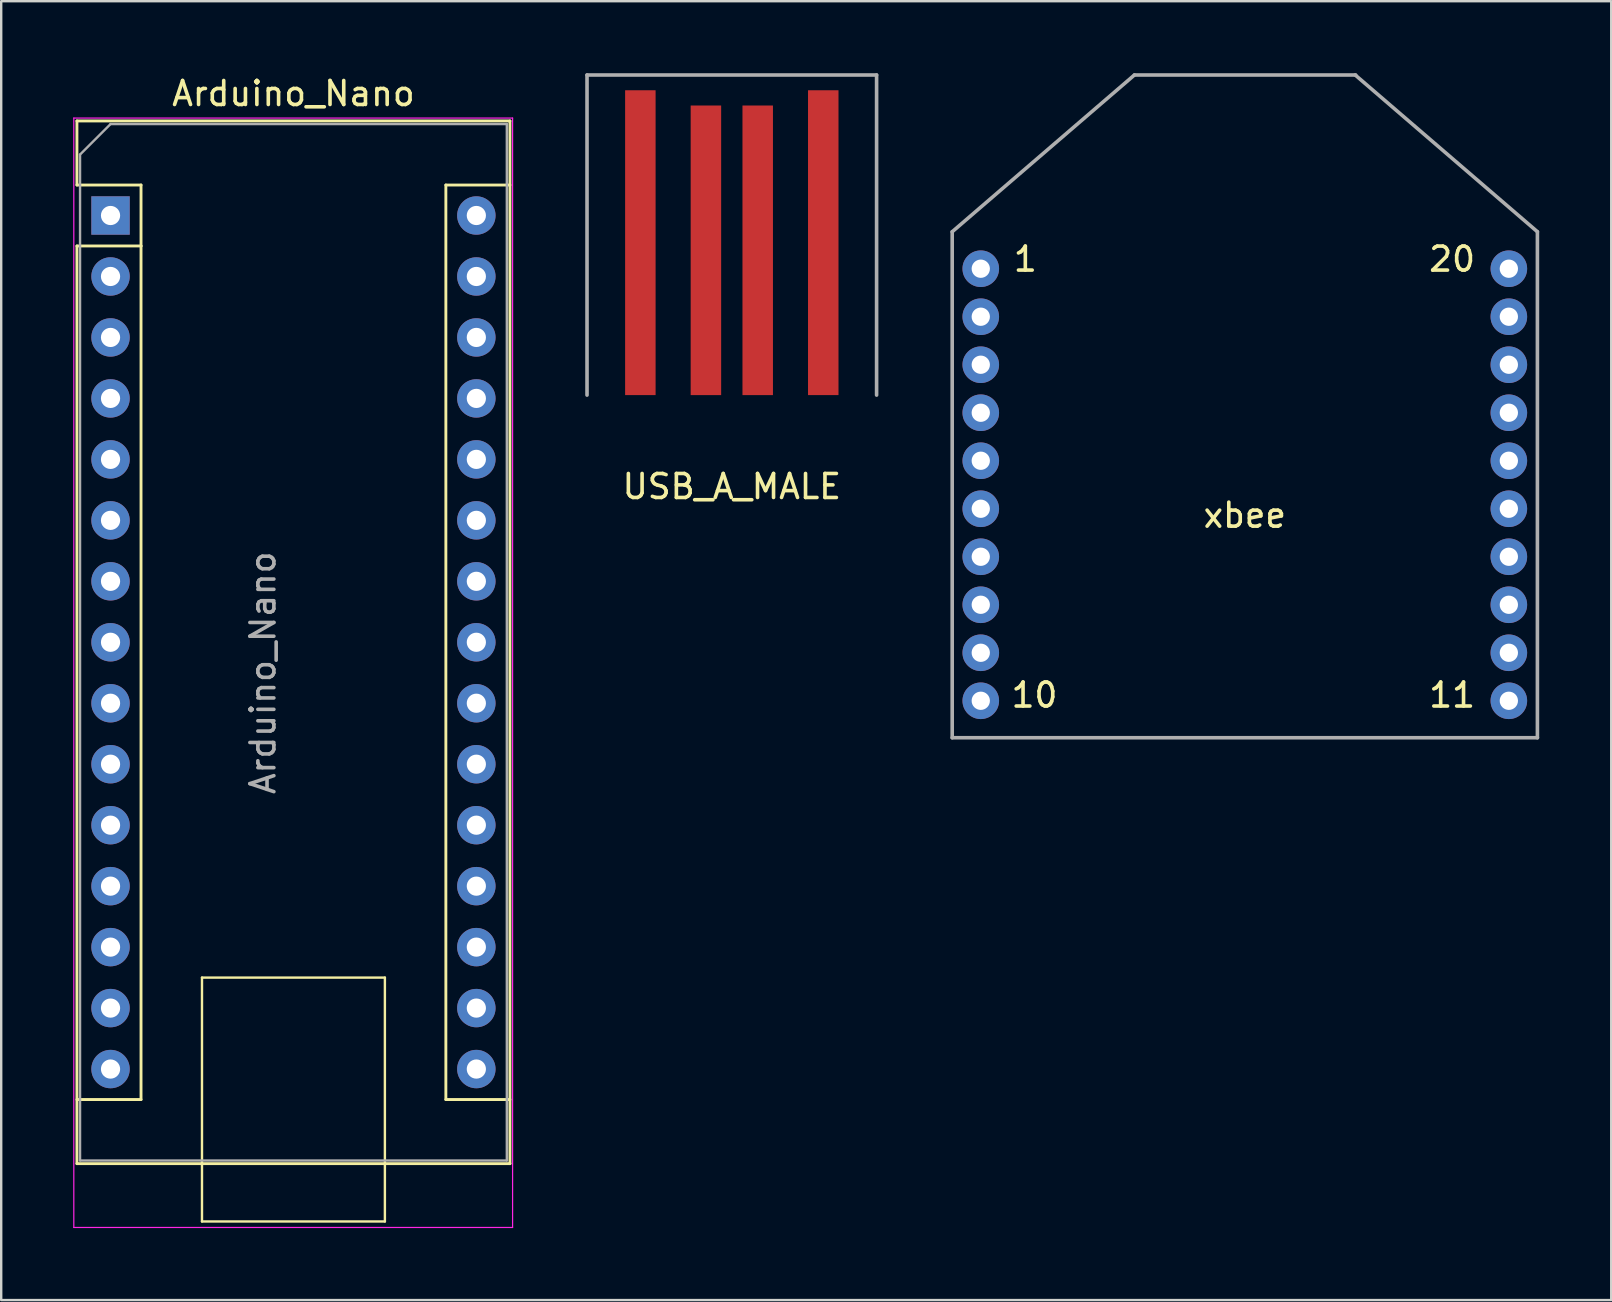
<source format=kicad_pcb>
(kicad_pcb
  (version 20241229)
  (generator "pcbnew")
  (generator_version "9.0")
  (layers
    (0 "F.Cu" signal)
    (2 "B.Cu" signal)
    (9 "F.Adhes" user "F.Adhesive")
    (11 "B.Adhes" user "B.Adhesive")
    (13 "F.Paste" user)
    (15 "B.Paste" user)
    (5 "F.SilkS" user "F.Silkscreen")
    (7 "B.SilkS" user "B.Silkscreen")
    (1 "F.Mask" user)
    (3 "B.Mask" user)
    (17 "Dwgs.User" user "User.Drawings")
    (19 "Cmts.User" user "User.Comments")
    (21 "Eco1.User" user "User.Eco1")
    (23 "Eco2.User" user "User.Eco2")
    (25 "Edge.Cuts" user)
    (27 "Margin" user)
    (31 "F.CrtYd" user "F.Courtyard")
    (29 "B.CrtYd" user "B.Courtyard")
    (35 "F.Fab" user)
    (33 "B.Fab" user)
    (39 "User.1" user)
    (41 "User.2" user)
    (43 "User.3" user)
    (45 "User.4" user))
  (footprint "USB_A_MALE"
    (layer "F.Cu")
    (at 27.438 13.41)
    (property "Reference" "USB_A_MALE" (at 0 3.81 0) (layer "F.SilkS") (effects (font (size 1 1) (thickness 0.15))))
    (attr through_hole)
    (fp_line (start -6.032 -13.335) (end 6.032 -13.335) (stroke (width 0.15) (type solid)) (layer "F.Fab"))
    (fp_line (start -6.032 0) (end -6.032 -13.335) (stroke (width 0.15) (type solid)) (layer "F.Fab"))
    (fp_line (start 6.032 -13.335) (end 6.032 0) (stroke (width 0.15) (type solid)) (layer "F.Fab"))
    (pad "1" smd rect (at -3.81 -6.35) (size 1.27 12.7) (layers "F.Cu" "F.Mask" "F.Paste"))
    (pad "2" smd rect (at -1.079 -6.032) (size 1.27 12.065) (layers "F.Cu" "F.Mask" "F.Paste"))
    (pad "3" smd rect (at 1.079 -6.032) (size 1.27 12.065) (layers "F.Cu" "F.Mask" "F.Paste"))
    (pad "4" smd rect (at 3.81 -6.35) (size 1.27 12.7) (layers "F.Cu" "F.Mask" "F.Paste")))
  (footprint "xbee"
    (layer "F.Cu")
    (at 48.81 17.145)
    (property "Reference" "xbee" (at 0 1.27 0) (layer "F.SilkS") (effects (font (size 1 1) (thickness 0.15))))
    (attr through_hole)
    (fp_line (start -12.19 -10.54) (end -12.19 10.54) (stroke (width 0.15) (type solid)) (layer "F.Fab"))
    (fp_line (start -12.19 10.54) (end 12.19 10.54) (stroke (width 0.15) (type solid)) (layer "F.Fab"))
    (fp_line (start -4.6 -17.07) (end -12.19 -10.54) (stroke (width 0.15) (type solid)) (layer "F.Fab"))
    (fp_line (start -4.6 -17.07) (end 4.62 -17.07) (stroke (width 0.15) (type solid)) (layer "F.Fab"))
    (fp_line (start 4.6 -17.07) (end 12.19 -10.54) (stroke (width 0.15) (type solid)) (layer "F.Fab"))
    (fp_line (start 12.19 10.54) (end 12.19 -10.54) (stroke (width 0.15) (type solid)) (layer "F.Fab"))
    (fp_text user "1" (at -9.144 -9.398 0) (layer "F.SilkS") (effects (font (size 1 1) (thickness 0.15))))
    (fp_text user "20" (at 8.636 -9.398 0) (layer "F.SilkS") (effects (font (size 1 1) (thickness 0.15))))
    (fp_text user "10" (at -8.763 8.763 0) (layer "F.SilkS") (effects (font (size 1 1) (thickness 0.15))))
    (fp_text user "11" (at 8.636 8.763 0) (layer "F.SilkS") (effects (font (size 1 1) (thickness 0.15))))
    (pad "1" thru_hole circle (at -11 -9) (size 1.524 1.524) (drill 0.762) (layers "*.Cu" "*.Mask"))
    (pad "2" thru_hole circle (at -11 -7) (size 1.524 1.524) (drill 0.762) (layers "*.Cu" "*.Mask"))
    (pad "3" thru_hole circle (at -11 -5) (size 1.524 1.524) (drill 0.762) (layers "*.Cu" "*.Mask"))
    (pad "4" thru_hole circle (at -11 -3) (size 1.524 1.524) (drill 0.762) (layers "*.Cu" "*.Mask"))
    (pad "5" thru_hole circle (at -11 -1) (size 1.524 1.524) (drill 0.762) (layers "*.Cu" "*.Mask"))
    (pad "6" thru_hole circle (at -11 1) (size 1.524 1.524) (drill 0.762) (layers "*.Cu" "*.Mask"))
    (pad "7" thru_hole circle (at -11 3) (size 1.524 1.524) (drill 0.762) (layers "*.Cu" "*.Mask"))
    (pad "8" thru_hole circle (at -11 5) (size 1.524 1.524) (drill 0.762) (layers "*.Cu" "*.Mask"))
    (pad "9" thru_hole circle (at -11 7) (size 1.524 1.524) (drill 0.762) (layers "*.Cu" "*.Mask"))
    (pad "10" thru_hole circle (at -11 9) (size 1.524 1.524) (drill 0.762) (layers "*.Cu" "*.Mask"))
    (pad "11" thru_hole circle (at 11 9) (size 1.524 1.524) (drill 0.762) (layers "*.Cu" "*.Mask"))
    (pad "12" thru_hole circle (at 11 7) (size 1.524 1.524) (drill 0.762) (layers "*.Cu" "*.Mask"))
    (pad "13" thru_hole circle (at 11 5) (size 1.524 1.524) (drill 0.762) (layers "*.Cu" "*.Mask"))
    (pad "14" thru_hole circle (at 11 3) (size 1.524 1.524) (drill 0.762) (layers "*.Cu" "*.Mask"))
    (pad "15" thru_hole circle (at 11 1) (size 1.524 1.524) (drill 0.762) (layers "*.Cu" "*.Mask"))
    (pad "16" thru_hole circle (at 11 -1) (size 1.524 1.524) (drill 0.762) (layers "*.Cu" "*.Mask"))
    (pad "17" thru_hole circle (at 11 -3) (size 1.524 1.524) (drill 0.762) (layers "*.Cu" "*.Mask"))
    (pad "18" thru_hole circle (at 11 -5) (size 1.524 1.524) (drill 0.762) (layers "*.Cu" "*.Mask"))
    (pad "19" thru_hole circle (at 11 -7) (size 1.524 1.524) (drill 0.762) (layers "*.Cu" "*.Mask"))
    (pad "20" thru_hole circle (at 11 -9) (size 1.524 1.524) (drill 0.762) (layers "*.Cu" "*.Mask")))
  (footprint "Arduino_Nano"
    (layer "F.Cu")
    (at 1.555 5.928)
    (property "Reference" "Arduino_Nano" (at 7.62 -5.08 0) (layer "F.SilkS") (effects (font (size 1 1) (thickness 0.15))))
    (attr through_hole)
    (fp_line (start -1.4 -3.94) (end -1.4 -1.27) (stroke (width 0.12) (type solid)) (layer "F.SilkS"))
    (fp_line (start -1.4 1.27) (end -1.4 39.5) (stroke (width 0.12) (type solid)) (layer "F.SilkS"))
    (fp_line (start -1.4 39.5) (end 16.64 39.5) (stroke (width 0.12) (type solid)) (layer "F.SilkS"))
    (fp_line (start 1.27 -1.27) (end -1.4 -1.27) (stroke (width 0.12) (type solid)) (layer "F.SilkS"))
    (fp_line (start 1.27 1.27) (end -1.4 1.27) (stroke (width 0.12) (type solid)) (layer "F.SilkS"))
    (fp_line (start 1.27 1.27) (end 1.27 -1.27) (stroke (width 0.12) (type solid)) (layer "F.SilkS"))
    (fp_line (start 1.27 1.27) (end 1.27 36.83) (stroke (width 0.12) (type solid)) (layer "F.SilkS"))
    (fp_line (start 1.27 36.83) (end -1.4 36.83) (stroke (width 0.12) (type solid)) (layer "F.SilkS"))
    (fp_line (start 3.81 31.75) (end 11.43 31.75) (stroke (width 0.1) (type solid)) (layer "F.SilkS"))
    (fp_line (start 3.81 41.91) (end 3.81 31.75) (stroke (width 0.1) (type solid)) (layer "F.SilkS"))
    (fp_line (start 11.43 31.75) (end 11.43 41.91) (stroke (width 0.1) (type solid)) (layer "F.SilkS"))
    (fp_line (start 11.43 41.91) (end 3.81 41.91) (stroke (width 0.1) (type solid)) (layer "F.SilkS"))
    (fp_line (start 13.97 -1.27) (end 13.97 36.83) (stroke (width 0.12) (type solid)) (layer "F.SilkS"))
    (fp_line (start 13.97 -1.27) (end 16.64 -1.27) (stroke (width 0.12) (type solid)) (layer "F.SilkS"))
    (fp_line (start 13.97 36.83) (end 16.64 36.83) (stroke (width 0.12) (type solid)) (layer "F.SilkS"))
    (fp_line (start 16.64 -3.94) (end -1.4 -3.94) (stroke (width 0.12) (type solid)) (layer "F.SilkS"))
    (fp_line (start 16.64 39.5) (end 16.64 -3.94) (stroke (width 0.12) (type solid)) (layer "F.SilkS"))
    (fp_line (start -1.53 -4.06) (end -1.53 42.16) (stroke (width 0.05) (type solid)) (layer "F.CrtYd"))
    (fp_line (start -1.53 -4.06) (end 16.75 -4.06) (stroke (width 0.05) (type solid)) (layer "F.CrtYd"))
    (fp_line (start 16.75 42.16) (end -1.53 42.16) (stroke (width 0.05) (type solid)) (layer "F.CrtYd"))
    (fp_line (start 16.75 42.16) (end 16.75 -4.06) (stroke (width 0.05) (type solid)) (layer "F.CrtYd"))
    (fp_line (start -1.27 -2.54) (end 0 -3.81) (stroke (width 0.1) (type solid)) (layer "F.Fab"))
    (fp_line (start -1.27 39.37) (end -1.27 -2.54) (stroke (width 0.1) (type solid)) (layer "F.Fab"))
    (fp_line (start 0 -3.81) (end 16.51 -3.81) (stroke (width 0.1) (type solid)) (layer "F.Fab"))
    (fp_line (start 16.51 -3.81) (end 16.51 39.37) (stroke (width 0.1) (type solid)) (layer "F.Fab"))
    (fp_line (start 16.51 39.37) (end -1.27 39.37) (stroke (width 0.1) (type solid)) (layer "F.Fab"))
    (fp_text user "${REFERENCE}" (at 6.35 19.05 90) (layer "F.Fab") (effects (font (size 1 1) (thickness 0.15))))
    (pad "1" thru_hole rect (at 0 0) (size 1.6 1.6) (drill 0.8) (layers "*.Cu" "*.Mask"))
    (pad "2" thru_hole oval (at 0 2.54) (size 1.6 1.6) (drill 0.8) (layers "*.Cu" "*.Mask"))
    (pad "3" thru_hole oval (at 0 5.08) (size 1.6 1.6) (drill 0.8) (layers "*.Cu" "*.Mask"))
    (pad "4" thru_hole oval (at 0 7.62) (size 1.6 1.6) (drill 0.8) (layers "*.Cu" "*.Mask"))
    (pad "5" thru_hole oval (at 0 10.16) (size 1.6 1.6) (drill 0.8) (layers "*.Cu" "*.Mask"))
    (pad "6" thru_hole oval (at 0 12.7) (size 1.6 1.6) (drill 0.8) (layers "*.Cu" "*.Mask"))
    (pad "7" thru_hole oval (at 0 15.24) (size 1.6 1.6) (drill 0.8) (layers "*.Cu" "*.Mask"))
    (pad "8" thru_hole oval (at 0 17.78) (size 1.6 1.6) (drill 0.8) (layers "*.Cu" "*.Mask"))
    (pad "9" thru_hole oval (at 0 20.32) (size 1.6 1.6) (drill 0.8) (layers "*.Cu" "*.Mask"))
    (pad "10" thru_hole oval (at 0 22.86) (size 1.6 1.6) (drill 0.8) (layers "*.Cu" "*.Mask"))
    (pad "11" thru_hole oval (at 0 25.4) (size 1.6 1.6) (drill 0.8) (layers "*.Cu" "*.Mask"))
    (pad "12" thru_hole oval (at 0 27.94) (size 1.6 1.6) (drill 0.8) (layers "*.Cu" "*.Mask"))
    (pad "13" thru_hole oval (at 0 30.48) (size 1.6 1.6) (drill 0.8) (layers "*.Cu" "*.Mask"))
    (pad "14" thru_hole oval (at 0 33.02) (size 1.6 1.6) (drill 0.8) (layers "*.Cu" "*.Mask"))
    (pad "15" thru_hole oval (at 0 35.56) (size 1.6 1.6) (drill 0.8) (layers "*.Cu" "*.Mask"))
    (pad "16" thru_hole oval (at 15.24 35.56) (size 1.6 1.6) (drill 0.8) (layers "*.Cu" "*.Mask"))
    (pad "17" thru_hole oval (at 15.24 33.02) (size 1.6 1.6) (drill 0.8) (layers "*.Cu" "*.Mask"))
    (pad "18" thru_hole oval (at 15.24 30.48) (size 1.6 1.6) (drill 0.8) (layers "*.Cu" "*.Mask"))
    (pad "19" thru_hole oval (at 15.24 27.94) (size 1.6 1.6) (drill 0.8) (layers "*.Cu" "*.Mask"))
    (pad "20" thru_hole oval (at 15.24 25.4) (size 1.6 1.6) (drill 0.8) (layers "*.Cu" "*.Mask"))
    (pad "21" thru_hole oval (at 15.24 22.86) (size 1.6 1.6) (drill 0.8) (layers "*.Cu" "*.Mask"))
    (pad "22" thru_hole oval (at 15.24 20.32) (size 1.6 1.6) (drill 0.8) (layers "*.Cu" "*.Mask"))
    (pad "23" thru_hole oval (at 15.24 17.78) (size 1.6 1.6) (drill 0.8) (layers "*.Cu" "*.Mask"))
    (pad "24" thru_hole oval (at 15.24 15.24) (size 1.6 1.6) (drill 0.8) (layers "*.Cu" "*.Mask"))
    (pad "25" thru_hole oval (at 15.24 12.7) (size 1.6 1.6) (drill 0.8) (layers "*.Cu" "*.Mask"))
    (pad "26" thru_hole oval (at 15.24 10.16) (size 1.6 1.6) (drill 0.8) (layers "*.Cu" "*.Mask"))
    (pad "27" thru_hole oval (at 15.24 7.62) (size 1.6 1.6) (drill 0.8) (layers "*.Cu" "*.Mask"))
    (pad "28" thru_hole oval (at 15.24 5.08) (size 1.6 1.6) (drill 0.8) (layers "*.Cu" "*.Mask"))
    (pad "29" thru_hole oval (at 15.24 2.54) (size 1.6 1.6) (drill 0.8) (layers "*.Cu" "*.Mask"))
    (pad "30" thru_hole oval (at 15.24 0) (size 1.6 1.6) (drill 0.8) (layers "*.Cu" "*.Mask")))
  (gr_rect
    (start -3 -3)
    (end 64.075 51.113)
    (stroke (width 0.1) (type default))
    (fill no)
    (layer "Edge.Cuts")))
</source>
